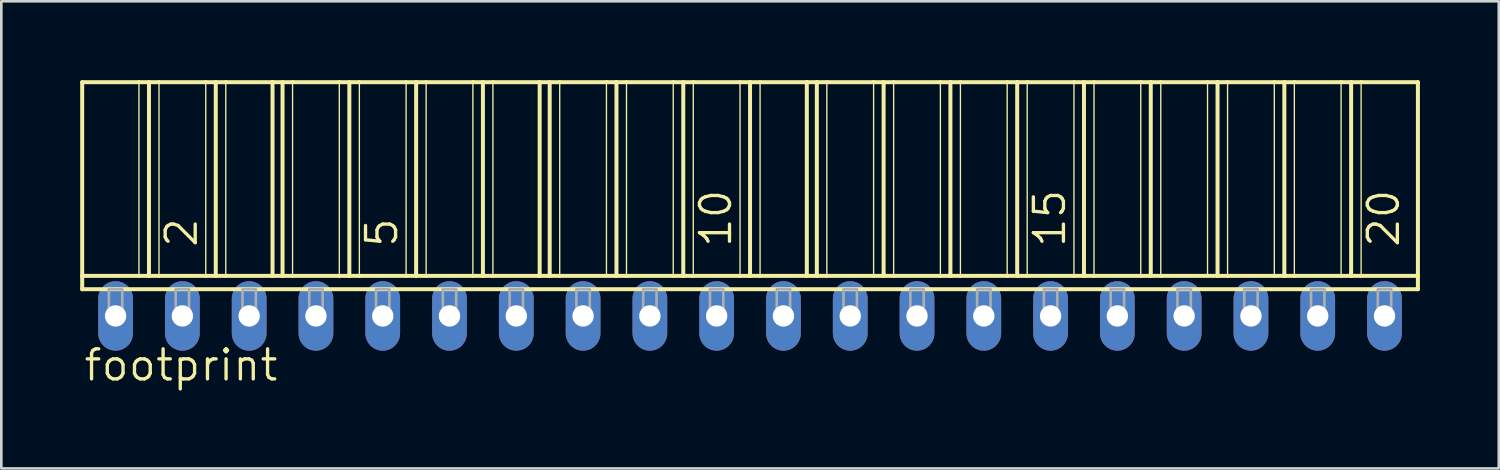
<source format=kicad_pcb>
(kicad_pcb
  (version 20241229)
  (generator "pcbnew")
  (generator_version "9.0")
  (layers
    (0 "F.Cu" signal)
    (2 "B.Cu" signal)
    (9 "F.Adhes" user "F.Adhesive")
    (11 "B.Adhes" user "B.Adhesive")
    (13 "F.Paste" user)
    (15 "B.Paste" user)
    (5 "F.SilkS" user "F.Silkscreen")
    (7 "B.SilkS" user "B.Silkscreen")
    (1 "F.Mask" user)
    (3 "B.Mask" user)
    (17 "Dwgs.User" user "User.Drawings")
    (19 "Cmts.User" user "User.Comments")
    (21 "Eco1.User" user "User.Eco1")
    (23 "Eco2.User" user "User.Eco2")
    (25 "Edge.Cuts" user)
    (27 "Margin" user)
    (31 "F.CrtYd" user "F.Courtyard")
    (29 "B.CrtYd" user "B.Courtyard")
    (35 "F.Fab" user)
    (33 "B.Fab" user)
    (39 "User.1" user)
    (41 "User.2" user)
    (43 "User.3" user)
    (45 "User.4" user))
  (footprint "footprint"
    (layer "F.Cu")
    (at 25.476 8.966)
    (property "Reference" "footprint" (at -25.4 2.54 0) (layer "F.SilkS") (effects (font (size 1.143 1.143) (thickness 0.127)) (justify left bottom)))
    (fp_line (start -25.4 -8.89) (end -23.241 -8.89) (stroke (width 0.152) (type solid)) (layer "F.SilkS"))
    (fp_line (start -25.4 -1.524) (end -25.4 -8.89) (stroke (width 0.152) (type solid)) (layer "F.SilkS"))
    (fp_line (start -25.4 -1.524) (end -23.241 -1.524) (stroke (width 0.152) (type solid)) (layer "F.SilkS"))
    (fp_line (start -25.4 -1.016) (end -25.4 -1.524) (stroke (width 0.152) (type solid)) (layer "F.SilkS"))
    (fp_line (start -25.4 -1.016) (end 25.4 -1.016) (stroke (width 0.152) (type solid)) (layer "F.SilkS"))
    (fp_line (start -23.241 -8.89) (end -23.241 -1.524) (stroke (width 0.051) (type solid)) (layer "F.SilkS"))
    (fp_line (start -23.241 -8.89) (end -22.86 -8.89) (stroke (width 0.152) (type solid)) (layer "F.SilkS"))
    (fp_line (start -23.241 -1.524) (end -22.86 -1.524) (stroke (width 0.152) (type solid)) (layer "F.SilkS"))
    (fp_line (start -22.86 -8.89) (end -22.86 -1.524) (stroke (width 0.152) (type solid)) (layer "F.SilkS"))
    (fp_line (start -22.86 -8.89) (end -22.479 -8.89) (stroke (width 0.152) (type solid)) (layer "F.SilkS"))
    (fp_line (start -22.86 -1.524) (end -22.479 -1.524) (stroke (width 0.152) (type solid)) (layer "F.SilkS"))
    (fp_line (start -22.479 -8.89) (end -22.479 -1.524) (stroke (width 0.051) (type solid)) (layer "F.SilkS"))
    (fp_line (start -22.479 -8.89) (end -20.701 -8.89) (stroke (width 0.152) (type solid)) (layer "F.SilkS"))
    (fp_line (start -22.479 -1.524) (end -20.701 -1.524) (stroke (width 0.152) (type solid)) (layer "F.SilkS"))
    (fp_line (start -20.701 -8.89) (end -20.701 -1.524) (stroke (width 0.051) (type solid)) (layer "F.SilkS"))
    (fp_line (start -20.701 -8.89) (end -20.32 -8.89) (stroke (width 0.152) (type solid)) (layer "F.SilkS"))
    (fp_line (start -20.701 -1.524) (end -20.32 -1.524) (stroke (width 0.152) (type solid)) (layer "F.SilkS"))
    (fp_line (start -20.32 -8.89) (end -20.32 -1.524) (stroke (width 0.152) (type solid)) (layer "F.SilkS"))
    (fp_line (start -20.32 -8.89) (end -19.939 -8.89) (stroke (width 0.152) (type solid)) (layer "F.SilkS"))
    (fp_line (start -20.32 -1.524) (end -19.939 -1.524) (stroke (width 0.152) (type solid)) (layer "F.SilkS"))
    (fp_line (start -19.939 -8.89) (end -19.939 -1.524) (stroke (width 0.051) (type solid)) (layer "F.SilkS"))
    (fp_line (start -19.939 -8.89) (end -18.161 -8.89) (stroke (width 0.152) (type solid)) (layer "F.SilkS"))
    (fp_line (start -19.939 -1.524) (end -18.161 -1.524) (stroke (width 0.152) (type solid)) (layer "F.SilkS"))
    (fp_line (start -18.161 -8.89) (end -18.161 -1.524) (stroke (width 0.152) (type solid)) (layer "F.SilkS"))
    (fp_line (start -18.161 -8.89) (end -17.78 -8.89) (stroke (width 0.152) (type solid)) (layer "F.SilkS"))
    (fp_line (start -18.161 -1.524) (end -17.78 -1.524) (stroke (width 0.152) (type solid)) (layer "F.SilkS"))
    (fp_line (start -17.78 -8.89) (end -17.78 -1.524) (stroke (width 0.152) (type solid)) (layer "F.SilkS"))
    (fp_line (start -17.78 -8.89) (end -17.399 -8.89) (stroke (width 0.152) (type solid)) (layer "F.SilkS"))
    (fp_line (start -17.78 -1.524) (end -17.399 -1.524) (stroke (width 0.152) (type solid)) (layer "F.SilkS"))
    (fp_line (start -17.399 -8.89) (end -17.399 -1.524) (stroke (width 0.051) (type solid)) (layer "F.SilkS"))
    (fp_line (start -17.399 -8.89) (end -15.621 -8.89) (stroke (width 0.152) (type solid)) (layer "F.SilkS"))
    (fp_line (start -17.399 -1.524) (end -15.621 -1.524) (stroke (width 0.152) (type solid)) (layer "F.SilkS"))
    (fp_line (start -15.621 -8.89) (end -15.621 -1.524) (stroke (width 0.051) (type solid)) (layer "F.SilkS"))
    (fp_line (start -15.621 -8.89) (end -15.24 -8.89) (stroke (width 0.152) (type solid)) (layer "F.SilkS"))
    (fp_line (start -15.621 -1.524) (end -15.24 -1.524) (stroke (width 0.152) (type solid)) (layer "F.SilkS"))
    (fp_line (start -15.24 -8.89) (end -15.24 -1.524) (stroke (width 0.152) (type solid)) (layer "F.SilkS"))
    (fp_line (start -15.24 -8.89) (end -14.859 -8.89) (stroke (width 0.152) (type solid)) (layer "F.SilkS"))
    (fp_line (start -15.24 -1.524) (end -14.859 -1.524) (stroke (width 0.152) (type solid)) (layer "F.SilkS"))
    (fp_line (start -14.859 -8.89) (end -14.859 -1.524) (stroke (width 0.051) (type solid)) (layer "F.SilkS"))
    (fp_line (start -14.859 -8.89) (end -13.081 -8.89) (stroke (width 0.152) (type solid)) (layer "F.SilkS"))
    (fp_line (start -14.859 -1.524) (end -13.081 -1.524) (stroke (width 0.152) (type solid)) (layer "F.SilkS"))
    (fp_line (start -13.081 -8.89) (end -13.081 -1.524) (stroke (width 0.051) (type solid)) (layer "F.SilkS"))
    (fp_line (start -13.081 -8.89) (end -12.7 -8.89) (stroke (width 0.152) (type solid)) (layer "F.SilkS"))
    (fp_line (start -13.081 -1.524) (end -12.7 -1.524) (stroke (width 0.152) (type solid)) (layer "F.SilkS"))
    (fp_line (start -12.7 -8.89) (end -12.7 -1.524) (stroke (width 0.152) (type solid)) (layer "F.SilkS"))
    (fp_line (start -12.7 -8.89) (end -12.319 -8.89) (stroke (width 0.152) (type solid)) (layer "F.SilkS"))
    (fp_line (start -12.7 -1.524) (end -12.319 -1.524) (stroke (width 0.152) (type solid)) (layer "F.SilkS"))
    (fp_line (start -12.319 -8.89) (end -12.319 -1.524) (stroke (width 0.051) (type solid)) (layer "F.SilkS"))
    (fp_line (start -12.319 -8.89) (end -10.541 -8.89) (stroke (width 0.152) (type solid)) (layer "F.SilkS"))
    (fp_line (start -12.319 -1.524) (end -10.541 -1.524) (stroke (width 0.152) (type solid)) (layer "F.SilkS"))
    (fp_line (start -10.541 -8.89) (end -10.541 -1.524) (stroke (width 0.051) (type solid)) (layer "F.SilkS"))
    (fp_line (start -10.541 -8.89) (end -10.16 -8.89) (stroke (width 0.152) (type solid)) (layer "F.SilkS"))
    (fp_line (start -10.541 -1.524) (end -10.16 -1.524) (stroke (width 0.152) (type solid)) (layer "F.SilkS"))
    (fp_line (start -10.16 -8.89) (end -10.16 -1.524) (stroke (width 0.152) (type solid)) (layer "F.SilkS"))
    (fp_line (start -10.16 -8.89) (end -9.779 -8.89) (stroke (width 0.152) (type solid)) (layer "F.SilkS"))
    (fp_line (start -10.16 -1.524) (end -9.779 -1.524) (stroke (width 0.152) (type solid)) (layer "F.SilkS"))
    (fp_line (start -9.779 -8.89) (end -9.779 -1.524) (stroke (width 0.051) (type solid)) (layer "F.SilkS"))
    (fp_line (start -9.779 -8.89) (end -8.001 -8.89) (stroke (width 0.152) (type solid)) (layer "F.SilkS"))
    (fp_line (start -9.779 -1.524) (end -8.001 -1.524) (stroke (width 0.152) (type solid)) (layer "F.SilkS"))
    (fp_line (start -8.001 -8.89) (end -8.001 -1.524) (stroke (width 0.152) (type solid)) (layer "F.SilkS"))
    (fp_line (start -8.001 -8.89) (end -7.62 -8.89) (stroke (width 0.152) (type solid)) (layer "F.SilkS"))
    (fp_line (start -8.001 -1.524) (end -7.62 -1.524) (stroke (width 0.152) (type solid)) (layer "F.SilkS"))
    (fp_line (start -7.62 -8.89) (end -7.62 -1.524) (stroke (width 0.152) (type solid)) (layer "F.SilkS"))
    (fp_line (start -7.62 -8.89) (end -7.239 -8.89) (stroke (width 0.152) (type solid)) (layer "F.SilkS"))
    (fp_line (start -7.62 -1.524) (end -7.239 -1.524) (stroke (width 0.152) (type solid)) (layer "F.SilkS"))
    (fp_line (start -7.239 -8.89) (end -7.239 -1.524) (stroke (width 0.051) (type solid)) (layer "F.SilkS"))
    (fp_line (start -7.239 -8.89) (end -5.461 -8.89) (stroke (width 0.152) (type solid)) (layer "F.SilkS"))
    (fp_line (start -7.239 -1.524) (end -5.08 -1.524) (stroke (width 0.152) (type solid)) (layer "F.SilkS"))
    (fp_line (start -5.461 -8.89) (end -5.461 -1.524) (stroke (width 0.051) (type solid)) (layer "F.SilkS"))
    (fp_line (start -5.461 -8.89) (end -5.08 -8.89) (stroke (width 0.152) (type solid)) (layer "F.SilkS"))
    (fp_line (start -5.08 -8.89) (end -5.08 -1.524) (stroke (width 0.152) (type solid)) (layer "F.SilkS"))
    (fp_line (start -5.08 -8.89) (end -4.699 -8.89) (stroke (width 0.152) (type solid)) (layer "F.SilkS"))
    (fp_line (start -5.08 -1.524) (end -4.699 -1.524) (stroke (width 0.152) (type solid)) (layer "F.SilkS"))
    (fp_line (start -4.699 -8.89) (end -4.699 -1.524) (stroke (width 0.051) (type solid)) (layer "F.SilkS"))
    (fp_line (start -4.699 -8.89) (end -2.921 -8.89) (stroke (width 0.152) (type solid)) (layer "F.SilkS"))
    (fp_line (start -4.699 -1.524) (end -2.921 -1.524) (stroke (width 0.152) (type solid)) (layer "F.SilkS"))
    (fp_line (start -2.921 -8.89) (end -2.921 -1.524) (stroke (width 0.051) (type solid)) (layer "F.SilkS"))
    (fp_line (start -2.921 -8.89) (end -2.54 -8.89) (stroke (width 0.152) (type solid)) (layer "F.SilkS"))
    (fp_line (start -2.921 -1.524) (end -2.54 -1.524) (stroke (width 0.152) (type solid)) (layer "F.SilkS"))
    (fp_line (start -2.54 -8.89) (end -2.159 -8.89) (stroke (width 0.152) (type solid)) (layer "F.SilkS"))
    (fp_line (start -2.54 -1.524) (end -2.54 -8.89) (stroke (width 0.152) (type solid)) (layer "F.SilkS"))
    (fp_line (start -2.54 -1.524) (end -2.159 -1.524) (stroke (width 0.152) (type solid)) (layer "F.SilkS"))
    (fp_line (start -2.159 -8.89) (end -2.159 -1.524) (stroke (width 0.051) (type solid)) (layer "F.SilkS"))
    (fp_line (start -2.159 -8.89) (end -0.381 -8.89) (stroke (width 0.152) (type solid)) (layer "F.SilkS"))
    (fp_line (start -2.159 -1.524) (end -0.381 -1.524) (stroke (width 0.152) (type solid)) (layer "F.SilkS"))
    (fp_line (start -0.381 -8.89) (end -0.381 -1.524) (stroke (width 0.051) (type solid)) (layer "F.SilkS"))
    (fp_line (start -0.381 -8.89) (end 0 -8.89) (stroke (width 0.152) (type solid)) (layer "F.SilkS"))
    (fp_line (start -0.381 -1.524) (end 0 -1.524) (stroke (width 0.152) (type solid)) (layer "F.SilkS"))
    (fp_line (start 0 -8.89) (end 0 -1.524) (stroke (width 0.152) (type solid)) (layer "F.SilkS"))
    (fp_line (start 0 -8.89) (end 0.381 -8.89) (stroke (width 0.152) (type solid)) (layer "F.SilkS"))
    (fp_line (start 0 -1.524) (end 0.381 -1.524) (stroke (width 0.152) (type solid)) (layer "F.SilkS"))
    (fp_line (start 0.381 -8.89) (end 0.381 -1.524) (stroke (width 0.051) (type solid)) (layer "F.SilkS"))
    (fp_line (start 0.381 -8.89) (end 2.159 -8.89) (stroke (width 0.152) (type solid)) (layer "F.SilkS"))
    (fp_line (start 0.381 -1.524) (end 2.159 -1.524) (stroke (width 0.152) (type solid)) (layer "F.SilkS"))
    (fp_line (start 2.159 -8.89) (end 2.159 -1.524) (stroke (width 0.152) (type solid)) (layer "F.SilkS"))
    (fp_line (start 2.159 -8.89) (end 2.54 -8.89) (stroke (width 0.152) (type solid)) (layer "F.SilkS"))
    (fp_line (start 2.159 -1.524) (end 2.54 -1.524) (stroke (width 0.152) (type solid)) (layer "F.SilkS"))
    (fp_line (start 2.54 -8.89) (end 2.54 -1.524) (stroke (width 0.152) (type solid)) (layer "F.SilkS"))
    (fp_line (start 2.54 -8.89) (end 2.921 -8.89) (stroke (width 0.152) (type solid)) (layer "F.SilkS"))
    (fp_line (start 2.54 -1.524) (end 2.921 -1.524) (stroke (width 0.152) (type solid)) (layer "F.SilkS"))
    (fp_line (start 2.921 -8.89) (end 2.921 -1.524) (stroke (width 0.051) (type solid)) (layer "F.SilkS"))
    (fp_line (start 2.921 -8.89) (end 4.699 -8.89) (stroke (width 0.152) (type solid)) (layer "F.SilkS"))
    (fp_line (start 2.921 -1.524) (end 4.699 -1.524) (stroke (width 0.152) (type solid)) (layer "F.SilkS"))
    (fp_line (start 4.699 -8.89) (end 4.699 -1.524) (stroke (width 0.051) (type solid)) (layer "F.SilkS"))
    (fp_line (start 4.699 -8.89) (end 5.08 -8.89) (stroke (width 0.152) (type solid)) (layer "F.SilkS"))
    (fp_line (start 4.699 -1.524) (end 5.08 -1.524) (stroke (width 0.152) (type solid)) (layer "F.SilkS"))
    (fp_line (start 5.08 -8.89) (end 5.08 -1.524) (stroke (width 0.152) (type solid)) (layer "F.SilkS"))
    (fp_line (start 5.08 -8.89) (end 5.461 -8.89) (stroke (width 0.152) (type solid)) (layer "F.SilkS"))
    (fp_line (start 5.08 -1.524) (end 5.461 -1.524) (stroke (width 0.152) (type solid)) (layer "F.SilkS"))
    (fp_line (start 5.461 -8.89) (end 5.461 -1.524) (stroke (width 0.051) (type solid)) (layer "F.SilkS"))
    (fp_line (start 5.461 -8.89) (end 7.239 -8.89) (stroke (width 0.152) (type solid)) (layer "F.SilkS"))
    (fp_line (start 5.461 -1.524) (end 7.239 -1.524) (stroke (width 0.152) (type solid)) (layer "F.SilkS"))
    (fp_line (start 7.239 -8.89) (end 7.239 -1.524) (stroke (width 0.051) (type solid)) (layer "F.SilkS"))
    (fp_line (start 7.239 -8.89) (end 7.62 -8.89) (stroke (width 0.152) (type solid)) (layer "F.SilkS"))
    (fp_line (start 7.239 -1.524) (end 7.62 -1.524) (stroke (width 0.152) (type solid)) (layer "F.SilkS"))
    (fp_line (start 7.62 -8.89) (end 7.62 -1.524) (stroke (width 0.152) (type solid)) (layer "F.SilkS"))
    (fp_line (start 7.62 -8.89) (end 8.001 -8.89) (stroke (width 0.152) (type solid)) (layer "F.SilkS"))
    (fp_line (start 7.62 -1.524) (end 8.001 -1.524) (stroke (width 0.152) (type solid)) (layer "F.SilkS"))
    (fp_line (start 8.001 -8.89) (end 8.001 -1.524) (stroke (width 0.051) (type solid)) (layer "F.SilkS"))
    (fp_line (start 8.001 -8.89) (end 9.779 -8.89) (stroke (width 0.152) (type solid)) (layer "F.SilkS"))
    (fp_line (start 8.001 -1.524) (end 9.779 -1.524) (stroke (width 0.152) (type solid)) (layer "F.SilkS"))
    (fp_line (start 9.779 -8.89) (end 9.779 -1.524) (stroke (width 0.051) (type solid)) (layer "F.SilkS"))
    (fp_line (start 9.779 -8.89) (end 10.16 -8.89) (stroke (width 0.152) (type solid)) (layer "F.SilkS"))
    (fp_line (start 9.779 -1.524) (end 10.16 -1.524) (stroke (width 0.152) (type solid)) (layer "F.SilkS"))
    (fp_line (start 10.16 -8.89) (end 10.16 -1.524) (stroke (width 0.152) (type solid)) (layer "F.SilkS"))
    (fp_line (start 10.16 -8.89) (end 10.541 -8.89) (stroke (width 0.152) (type solid)) (layer "F.SilkS"))
    (fp_line (start 10.16 -1.524) (end 10.541 -1.524) (stroke (width 0.152) (type solid)) (layer "F.SilkS"))
    (fp_line (start 10.541 -8.89) (end 10.541 -1.524) (stroke (width 0.051) (type solid)) (layer "F.SilkS"))
    (fp_line (start 10.541 -8.89) (end 12.319 -8.89) (stroke (width 0.152) (type solid)) (layer "F.SilkS"))
    (fp_line (start 10.541 -1.524) (end 12.319 -1.524) (stroke (width 0.152) (type solid)) (layer "F.SilkS"))
    (fp_line (start 12.319 -8.89) (end 12.319 -1.524) (stroke (width 0.051) (type solid)) (layer "F.SilkS"))
    (fp_line (start 12.319 -8.89) (end 12.7 -8.89) (stroke (width 0.152) (type solid)) (layer "F.SilkS"))
    (fp_line (start 12.319 -1.524) (end 12.7 -1.524) (stroke (width 0.152) (type solid)) (layer "F.SilkS"))
    (fp_line (start 12.7 -8.89) (end 12.7 -1.524) (stroke (width 0.152) (type solid)) (layer "F.SilkS"))
    (fp_line (start 12.7 -8.89) (end 13.081 -8.89) (stroke (width 0.152) (type solid)) (layer "F.SilkS"))
    (fp_line (start 12.7 -1.524) (end 13.081 -1.524) (stroke (width 0.152) (type solid)) (layer "F.SilkS"))
    (fp_line (start 13.081 -8.89) (end 13.081 -1.524) (stroke (width 0.051) (type solid)) (layer "F.SilkS"))
    (fp_line (start 13.081 -8.89) (end 14.859 -8.89) (stroke (width 0.152) (type solid)) (layer "F.SilkS"))
    (fp_line (start 13.081 -1.524) (end 14.859 -1.524) (stroke (width 0.152) (type solid)) (layer "F.SilkS"))
    (fp_line (start 14.859 -8.89) (end 14.859 -1.524) (stroke (width 0.051) (type solid)) (layer "F.SilkS"))
    (fp_line (start 14.859 -8.89) (end 15.24 -8.89) (stroke (width 0.152) (type solid)) (layer "F.SilkS"))
    (fp_line (start 14.859 -1.524) (end 15.24 -1.524) (stroke (width 0.152) (type solid)) (layer "F.SilkS"))
    (fp_line (start 15.24 -8.89) (end 15.24 -1.524) (stroke (width 0.152) (type solid)) (layer "F.SilkS"))
    (fp_line (start 15.24 -8.89) (end 15.621 -8.89) (stroke (width 0.152) (type solid)) (layer "F.SilkS"))
    (fp_line (start 15.24 -1.524) (end 15.621 -1.524) (stroke (width 0.152) (type solid)) (layer "F.SilkS"))
    (fp_line (start 15.621 -8.89) (end 15.621 -1.524) (stroke (width 0.051) (type solid)) (layer "F.SilkS"))
    (fp_line (start 15.621 -8.89) (end 17.399 -8.89) (stroke (width 0.152) (type solid)) (layer "F.SilkS"))
    (fp_line (start 15.621 -1.524) (end 17.78 -1.524) (stroke (width 0.152) (type solid)) (layer "F.SilkS"))
    (fp_line (start 17.399 -8.89) (end 17.399 -1.524) (stroke (width 0.051) (type solid)) (layer "F.SilkS"))
    (fp_line (start 17.399 -8.89) (end 17.78 -8.89) (stroke (width 0.152) (type solid)) (layer "F.SilkS"))
    (fp_line (start 17.78 -8.89) (end 17.78 -1.524) (stroke (width 0.152) (type solid)) (layer "F.SilkS"))
    (fp_line (start 17.78 -8.89) (end 18.161 -8.89) (stroke (width 0.152) (type solid)) (layer "F.SilkS"))
    (fp_line (start 17.78 -1.524) (end 18.161 -1.524) (stroke (width 0.152) (type solid)) (layer "F.SilkS"))
    (fp_line (start 18.161 -8.89) (end 18.161 -1.524) (stroke (width 0.051) (type solid)) (layer "F.SilkS"))
    (fp_line (start 18.161 -8.89) (end 19.939 -8.89) (stroke (width 0.152) (type solid)) (layer "F.SilkS"))
    (fp_line (start 18.161 -1.524) (end 19.939 -1.524) (stroke (width 0.152) (type solid)) (layer "F.SilkS"))
    (fp_line (start 19.939 -8.89) (end 19.939 -1.524) (stroke (width 0.051) (type solid)) (layer "F.SilkS"))
    (fp_line (start 19.939 -8.89) (end 20.32 -8.89) (stroke (width 0.152) (type solid)) (layer "F.SilkS"))
    (fp_line (start 19.939 -1.524) (end 20.32 -1.524) (stroke (width 0.152) (type solid)) (layer "F.SilkS"))
    (fp_line (start 20.32 -8.89) (end 20.32 -1.524) (stroke (width 0.152) (type solid)) (layer "F.SilkS"))
    (fp_line (start 20.32 -8.89) (end 20.701 -8.89) (stroke (width 0.152) (type solid)) (layer "F.SilkS"))
    (fp_line (start 20.32 -1.524) (end 20.701 -1.524) (stroke (width 0.152) (type solid)) (layer "F.SilkS"))
    (fp_line (start 20.701 -8.89) (end 20.701 -1.524) (stroke (width 0.051) (type solid)) (layer "F.SilkS"))
    (fp_line (start 20.701 -8.89) (end 22.479 -8.89) (stroke (width 0.152) (type solid)) (layer "F.SilkS"))
    (fp_line (start 20.701 -1.524) (end 22.479 -1.524) (stroke (width 0.152) (type solid)) (layer "F.SilkS"))
    (fp_line (start 22.479 -8.89) (end 22.479 -1.524) (stroke (width 0.051) (type solid)) (layer "F.SilkS"))
    (fp_line (start 22.479 -8.89) (end 22.86 -8.89) (stroke (width 0.152) (type solid)) (layer "F.SilkS"))
    (fp_line (start 22.479 -1.524) (end 22.86 -1.524) (stroke (width 0.152) (type solid)) (layer "F.SilkS"))
    (fp_line (start 22.86 -8.89) (end 22.86 -1.524) (stroke (width 0.152) (type solid)) (layer "F.SilkS"))
    (fp_line (start 22.86 -8.89) (end 23.241 -8.89) (stroke (width 0.152) (type solid)) (layer "F.SilkS"))
    (fp_line (start 22.86 -1.524) (end 23.241 -1.524) (stroke (width 0.152) (type solid)) (layer "F.SilkS"))
    (fp_line (start 23.241 -8.89) (end 23.241 -1.524) (stroke (width 0.051) (type solid)) (layer "F.SilkS"))
    (fp_line (start 23.241 -8.89) (end 25.4 -8.89) (stroke (width 0.152) (type solid)) (layer "F.SilkS"))
    (fp_line (start 23.241 -1.524) (end 25.4 -1.524) (stroke (width 0.152) (type solid)) (layer "F.SilkS"))
    (fp_line (start 25.4 -8.89) (end 25.4 -1.524) (stroke (width 0.152) (type solid)) (layer "F.SilkS"))
    (fp_line (start 25.4 -1.524) (end 25.4 -1.016) (stroke (width 0.152) (type solid)) (layer "F.SilkS"))
    (fp_poly (pts (xy -24.384 0) (xy -23.876 0) (xy -23.876 -1.016) (xy -24.384 -1.016)) (stroke (width 0.1) (type solid)) (fill no) (layer "F.Fab"))
    (fp_poly (pts (xy -21.844 0) (xy -21.336 0) (xy -21.336 -1.016) (xy -21.844 -1.016)) (stroke (width 0.1) (type solid)) (fill no) (layer "F.Fab"))
    (fp_poly (pts (xy -19.304 0) (xy -18.796 0) (xy -18.796 -1.016) (xy -19.304 -1.016)) (stroke (width 0.1) (type solid)) (fill no) (layer "F.Fab"))
    (fp_poly (pts (xy -16.764 0) (xy -16.256 0) (xy -16.256 -1.016) (xy -16.764 -1.016)) (stroke (width 0.1) (type solid)) (fill no) (layer "F.Fab"))
    (fp_poly (pts (xy -14.224 0) (xy -13.716 0) (xy -13.716 -1.016) (xy -14.224 -1.016)) (stroke (width 0.1) (type solid)) (fill no) (layer "F.Fab"))
    (fp_poly (pts (xy -11.684 0) (xy -11.176 0) (xy -11.176 -1.016) (xy -11.684 -1.016)) (stroke (width 0.1) (type solid)) (fill no) (layer "F.Fab"))
    (fp_poly (pts (xy -9.144 0) (xy -8.636 0) (xy -8.636 -1.016) (xy -9.144 -1.016)) (stroke (width 0.1) (type solid)) (fill no) (layer "F.Fab"))
    (fp_poly (pts (xy -6.604 0) (xy -6.096 0) (xy -6.096 -1.016) (xy -6.604 -1.016)) (stroke (width 0.1) (type solid)) (fill no) (layer "F.Fab"))
    (fp_poly (pts (xy -4.064 0) (xy -3.556 0) (xy -3.556 -1.016) (xy -4.064 -1.016)) (stroke (width 0.1) (type solid)) (fill no) (layer "F.Fab"))
    (fp_poly (pts (xy -1.524 0) (xy -1.016 0) (xy -1.016 -1.016) (xy -1.524 -1.016)) (stroke (width 0.1) (type solid)) (fill no) (layer "F.Fab"))
    (fp_poly (pts (xy 1.016 0) (xy 1.524 0) (xy 1.524 -1.016) (xy 1.016 -1.016)) (stroke (width 0.1) (type solid)) (fill no) (layer "F.Fab"))
    (fp_poly (pts (xy 3.556 0) (xy 4.064 0) (xy 4.064 -1.016) (xy 3.556 -1.016)) (stroke (width 0.1) (type solid)) (fill no) (layer "F.Fab"))
    (fp_poly (pts (xy 6.096 0) (xy 6.604 0) (xy 6.604 -1.016) (xy 6.096 -1.016)) (stroke (width 0.1) (type solid)) (fill no) (layer "F.Fab"))
    (fp_poly (pts (xy 8.636 0) (xy 9.144 0) (xy 9.144 -1.016) (xy 8.636 -1.016)) (stroke (width 0.1) (type solid)) (fill no) (layer "F.Fab"))
    (fp_poly (pts (xy 11.176 0) (xy 11.684 0) (xy 11.684 -1.016) (xy 11.176 -1.016)) (stroke (width 0.1) (type solid)) (fill no) (layer "F.Fab"))
    (fp_poly (pts (xy 13.716 0) (xy 14.224 0) (xy 14.224 -1.016) (xy 13.716 -1.016)) (stroke (width 0.1) (type solid)) (fill no) (layer "F.Fab"))
    (fp_poly (pts (xy 16.256 0) (xy 16.764 0) (xy 16.764 -1.016) (xy 16.256 -1.016)) (stroke (width 0.1) (type solid)) (fill no) (layer "F.Fab"))
    (fp_poly (pts (xy 18.796 0) (xy 19.304 0) (xy 19.304 -1.016) (xy 18.796 -1.016)) (stroke (width 0.1) (type solid)) (fill no) (layer "F.Fab"))
    (fp_poly (pts (xy 21.336 0) (xy 21.844 0) (xy 21.844 -1.016) (xy 21.336 -1.016)) (stroke (width 0.1) (type solid)) (fill no) (layer "F.Fab"))
    (fp_poly (pts (xy 23.876 0) (xy 24.384 0) (xy 24.384 -1.016) (xy 23.876 -1.016)) (stroke (width 0.1) (type solid)) (fill no) (layer "F.Fab"))
    (fp_text user "5" (at -13.335 -2.54 90) (layer "F.SilkS") (effects (font (size 1.143 1.143) (thickness 0.127)) (justify left bottom)))
    (fp_text user "10" (at -0.635 -2.54 90) (layer "F.SilkS") (effects (font (size 1.143 1.143) (thickness 0.127)) (justify left bottom)))
    (fp_text user "20" (at 24.765 -2.54 90) (layer "F.SilkS") (effects (font (size 1.143 1.143) (thickness 0.127)) (justify left bottom)))
    (fp_text user "15" (at 12.065 -2.54 90) (layer "F.SilkS") (effects (font (size 1.143 1.143) (thickness 0.127)) (justify left bottom)))
    (fp_text user "2" (at -20.955 -2.54 90) (layer "F.SilkS") (effects (font (size 1.143 1.143) (thickness 0.127)) (justify left bottom)))
    (pad "1" thru_hole oval (at -24.13 0 90) (size 2.642 1.321) (drill 0.813) (layers "*.Cu" "*.Mask"))
    (pad "2" thru_hole oval (at -21.59 0 90) (size 2.642 1.321) (drill 0.813) (layers "*.Cu" "*.Mask"))
    (pad "3" thru_hole oval (at -19.05 0 90) (size 2.642 1.321) (drill 0.813) (layers "*.Cu" "*.Mask"))
    (pad "4" thru_hole oval (at -16.51 0 90) (size 2.642 1.321) (drill 0.813) (layers "*.Cu" "*.Mask"))
    (pad "5" thru_hole oval (at -13.97 0 90) (size 2.642 1.321) (drill 0.813) (layers "*.Cu" "*.Mask"))
    (pad "6" thru_hole oval (at -11.43 0 90) (size 2.642 1.321) (drill 0.813) (layers "*.Cu" "*.Mask"))
    (pad "7" thru_hole oval (at -8.89 0 90) (size 2.642 1.321) (drill 0.813) (layers "*.Cu" "*.Mask"))
    (pad "8" thru_hole oval (at -6.35 0 90) (size 2.642 1.321) (drill 0.813) (layers "*.Cu" "*.Mask"))
    (pad "9" thru_hole oval (at -3.81 0 90) (size 2.642 1.321) (drill 0.813) (layers "*.Cu" "*.Mask"))
    (pad "10" thru_hole oval (at -1.27 0 90) (size 2.642 1.321) (drill 0.813) (layers "*.Cu" "*.Mask"))
    (pad "11" thru_hole oval (at 1.27 0 90) (size 2.642 1.321) (drill 0.813) (layers "*.Cu" "*.Mask"))
    (pad "12" thru_hole oval (at 3.81 0 90) (size 2.642 1.321) (drill 0.813) (layers "*.Cu" "*.Mask"))
    (pad "13" thru_hole oval (at 6.35 0 90) (size 2.642 1.321) (drill 0.813) (layers "*.Cu" "*.Mask"))
    (pad "14" thru_hole oval (at 8.89 0 90) (size 2.642 1.321) (drill 0.813) (layers "*.Cu" "*.Mask"))
    (pad "15" thru_hole oval (at 11.43 0 90) (size 2.642 1.321) (drill 0.813) (layers "*.Cu" "*.Mask"))
    (pad "16" thru_hole oval (at 13.97 0 90) (size 2.642 1.321) (drill 0.813) (layers "*.Cu" "*.Mask"))
    (pad "17" thru_hole oval (at 16.51 0 90) (size 2.642 1.321) (drill 0.813) (layers "*.Cu" "*.Mask"))
    (pad "18" thru_hole oval (at 19.05 0 90) (size 2.642 1.321) (drill 0.813) (layers "*.Cu" "*.Mask"))
    (pad "19" thru_hole oval (at 21.59 0 90) (size 2.642 1.321) (drill 0.813) (layers "*.Cu" "*.Mask"))
    (pad "20" thru_hole oval (at 24.13 0 90) (size 2.642 1.321) (drill 0.813) (layers "*.Cu" "*.Mask")))
  (gr_rect
    (start -3 -3)
    (end 53.952 14.765)
    (stroke (width 0.1) (type default))
    (fill no)
    (layer "Edge.Cuts")))
</source>
